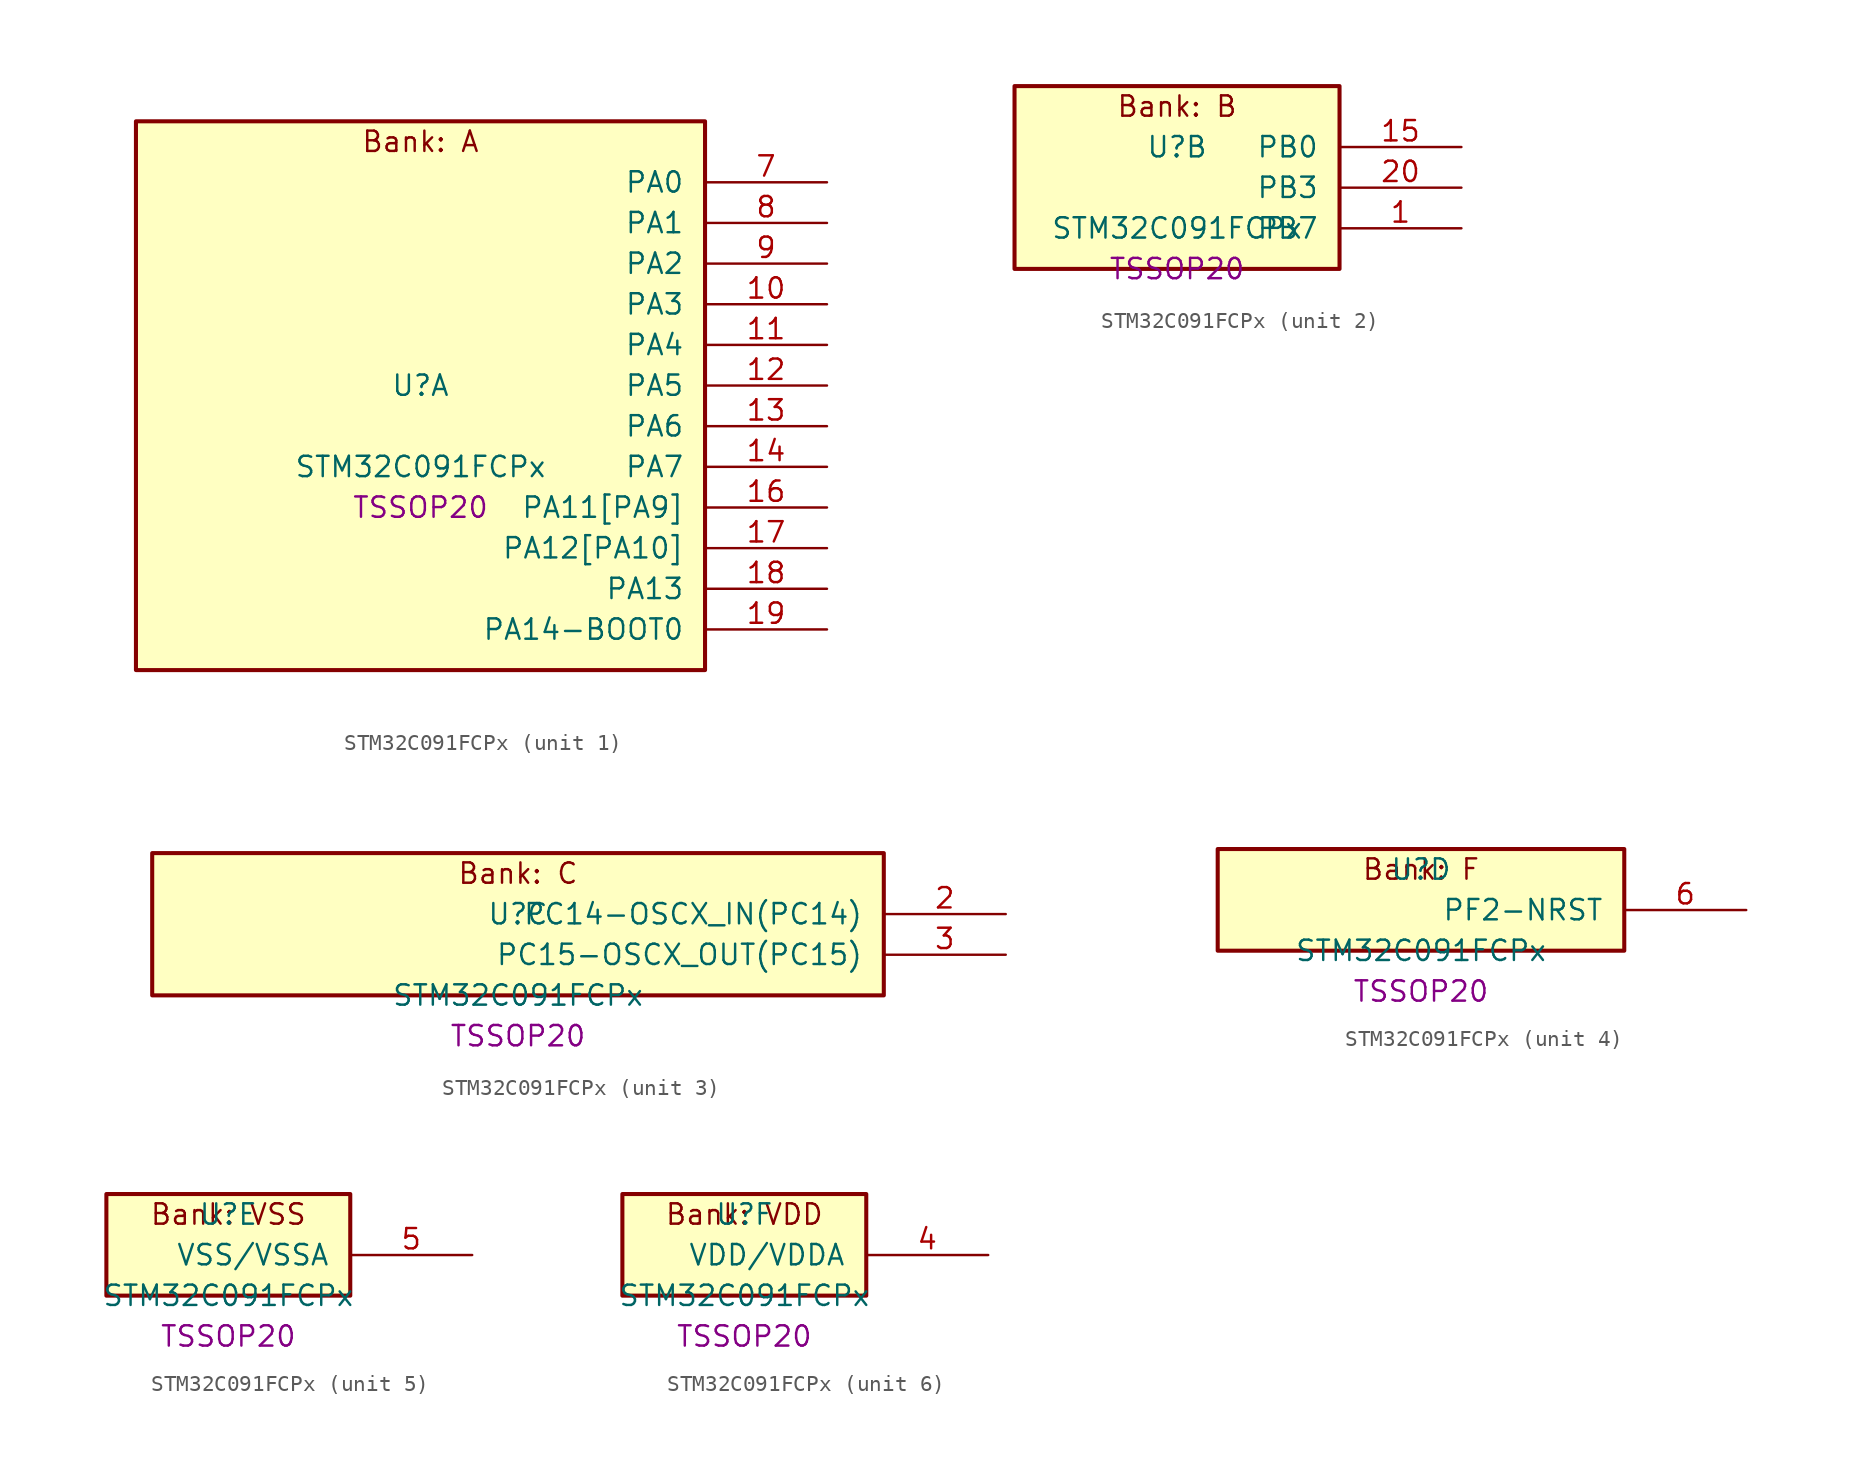
<source format=kicad_sym>
(kicad_symbol_lib
  (version 20241209)
  (generator "stm32_pkl_generator")
  (generator_version "1.0")
  (symbol "STM32C091FCPx"
    (pin_names
      (offset 1.27))
    (property "Reference" "U"
      (at 0 2.54 0))
    (property "Value" "STM32C091FCPx"
      (at 0 -2.54 0))
    (property "Footprint" "TSSOP20"
      (at 0 -5.08 0))
    (symbol "STM32C091FCPx_1_1"
      (rectangle (start -17.78 19.05) (end 17.78 -15.24) (stroke (width 0.254) (type solid)) (fill (type background)))
      (text "Bank: A" (at 0 17.78 0))
      (pin bidirectional line (at 25.4 15.24 180) (length 7.62) (name "PA0") (number "7") (alternate "PA0/ADC1_IN0" bidirectional line) (alternate "PA0/PWR_WKUP1" bidirectional line) (alternate "PA0/SPI2_SCK" bidirectional line) (alternate "PA0/TIM16_CH1" bidirectional line) (alternate "PA0/TIM1_CH1" bidirectional line) (alternate "PA0/TIM2_CH1" bidirectional line) (alternate "PA0/TIM2_ETR" bidirectional line) (alternate "PA0/USART1_TX" bidirectional line) (alternate "PA0/USART2_CTS" bidirectional line) (alternate "PA0/USART2_NSS" bidirectional line) (alternate "PA0/USART4_TX" bidirectional line))
      (pin bidirectional line (at 25.4 12.7 180) (length 7.62) (name "PA1") (number "8") (alternate "PA1/ADC1_IN1" bidirectional line) (alternate "PA1/I2C1_SMBA" bidirectional line) (alternate "PA1/I2S1_CK" bidirectional line) (alternate "PA1/SPI1_SCK" bidirectional line) (alternate "PA1/TIM15_CH1N" bidirectional line) (alternate "PA1/TIM17_CH1" bidirectional line) (alternate "PA1/TIM1_CH2" bidirectional line) (alternate "PA1/TIM2_CH2" bidirectional line) (alternate "PA1/USART1_RX" bidirectional line) (alternate "PA1/USART2_CK" bidirectional line) (alternate "PA1/USART2_DE" bidirectional line) (alternate "PA1/USART2_RTS" bidirectional line) (alternate "PA1/USART4_RX" bidirectional line))
      (pin bidirectional line (at 25.4 10.16 180) (length 7.62) (name "PA2") (number "9") (alternate "PA2/ADC1_IN2" bidirectional line) (alternate "PA2/I2S1_SD" bidirectional line) (alternate "PA2/PWR_WKUP4" bidirectional line) (alternate "PA2/RCC_LSCO" bidirectional line) (alternate "PA2/SPI1_MOSI" bidirectional line) (alternate "PA2/TIM15_CH1" bidirectional line) (alternate "PA2/TIM16_CH1N" bidirectional line) (alternate "PA2/TIM1_CH3" bidirectional line) (alternate "PA2/TIM2_CH3" bidirectional line) (alternate "PA2/TIM3_ETR" bidirectional line) (alternate "PA2/USART2_TX" bidirectional line))
      (pin bidirectional line (at 25.4 7.62 180) (length 7.62) (name "PA3") (number "10") (alternate "PA3/ADC1_IN3" bidirectional line) (alternate "PA3/SPI2_MISO" bidirectional line) (alternate "PA3/TIM15_CH2" bidirectional line) (alternate "PA3/TIM1_CH1N" bidirectional line) (alternate "PA3/TIM1_CH4" bidirectional line) (alternate "PA3/TIM2_CH4" bidirectional line) (alternate "PA3/USART2_RX" bidirectional line))
      (pin bidirectional line (at 25.4 5.08 180) (length 7.62) (name "PA4") (number "11") (alternate "PA4/ADC1_IN4" bidirectional line) (alternate "PA4/I2S1_WS" bidirectional line) (alternate "PA4/PWR_WKUP2" bidirectional line) (alternate "PA4/RTC_OUT1" bidirectional line) (alternate "PA4/RTC_TS" bidirectional line) (alternate "PA4/SPI1_NSS" bidirectional line) (alternate "PA4/SPI2_MOSI" bidirectional line) (alternate "PA4/TIM14_CH1" bidirectional line) (alternate "PA4/TIM17_CH1N" bidirectional line) (alternate "PA4/TIM1_CH2N" bidirectional line) (alternate "PA4/USART2_TX" bidirectional line))
      (pin bidirectional line (at 25.4 2.54 180) (length 7.62) (name "PA5") (number "12") (alternate "PA5/ADC1_IN5" bidirectional line) (alternate "PA5/I2S1_CK" bidirectional line) (alternate "PA5/SPI1_SCK" bidirectional line) (alternate "PA5/TIM1_CH1" bidirectional line) (alternate "PA5/TIM1_CH3N" bidirectional line) (alternate "PA5/TIM2_CH1" bidirectional line) (alternate "PA5/TIM2_ETR" bidirectional line) (alternate "PA5/USART2_RX" bidirectional line) (alternate "PA5/USART3_TX" bidirectional line))
      (pin bidirectional line (at 25.4 0 180) (length 7.62) (name "PA6") (number "13") (alternate "PA6/ADC1_IN6" bidirectional line) (alternate "PA6/I2C2_SDA" bidirectional line) (alternate "PA6/I2S1_MCK" bidirectional line) (alternate "PA6/SPI1_MISO" bidirectional line) (alternate "PA6/TIM16_CH1" bidirectional line) (alternate "PA6/TIM1_BKIN" bidirectional line) (alternate "PA6/TIM3_CH1" bidirectional line) (alternate "PA6/USART3_CTS" bidirectional line) (alternate "PA6/USART3_NSS" bidirectional line))
      (pin bidirectional line (at 25.4 -2.54 180) (length 7.62) (name "PA7") (number "14") (alternate "PA7/ADC1_IN7" bidirectional line) (alternate "PA7/I2C2_SCL" bidirectional line) (alternate "PA7/I2S1_SD" bidirectional line) (alternate "PA7/SPI1_MOSI" bidirectional line) (alternate "PA7/TIM14_CH1" bidirectional line) (alternate "PA7/TIM17_CH1" bidirectional line) (alternate "PA7/TIM1_CH1N" bidirectional line) (alternate "PA7/TIM3_CH2" bidirectional line))
      (pin bidirectional line (at 25.4 -5.08 180) (length 7.62) (name "PA11[PA9]") (number "16") (alternate "PA11[PA9]/ADC1_EXTI11" bidirectional line) (alternate "PA11[PA9]/I2C2_SCL" bidirectional line) (alternate "PA11[PA9]/I2S1_MCK" bidirectional line) (alternate "PA11[PA9]/SPI1_MISO" bidirectional line) (alternate "PA11[PA9]/TIM1_BKIN2" bidirectional line) (alternate "PA11[PA9]/TIM1_CH4" bidirectional line) (alternate "PA11[PA9]/USART1_CTS" bidirectional line) (alternate "PA11[PA9]/USART1_NSS" bidirectional line) (alternate "PA11[PA9]/PA9[PA11]" bidirectional line) (alternate "PA11[PA9]/I2C1_SCL" bidirectional line) (alternate "PA11[PA9]/RCC_MCO" bidirectional line) (alternate "PA11[PA9]/SPI2_MISO" bidirectional line) (alternate "PA11[PA9]/TIM15_BKIN" bidirectional line) (alternate "PA11[PA9]/TIM1_CH2" bidirectional line) (alternate "PA11[PA9]/TIM3_ETR" bidirectional line) (alternate "PA11[PA9]/USART1_TX" bidirectional line))
      (pin bidirectional line (at 25.4 -7.62 180) (length 7.62) (name "PA12[PA10]") (number "17") (alternate "PA12[PA10]/I2C2_SDA" bidirectional line) (alternate "PA12[PA10]/I2S1_SD" bidirectional line) (alternate "PA12[PA10]/I2S_CKIN" bidirectional line) (alternate "PA12[PA10]/SPI1_MOSI" bidirectional line) (alternate "PA12[PA10]/TIM1_ETR" bidirectional line) (alternate "PA12[PA10]/USART1_CK" bidirectional line) (alternate "PA12[PA10]/USART1_DE" bidirectional line) (alternate "PA12[PA10]/USART1_RTS" bidirectional line) (alternate "PA12[PA10]/PA10[PA12]" bidirectional line) (alternate "PA12[PA10]/I2C1_SDA" bidirectional line) (alternate "PA12[PA10]/RCC_MCO_2" bidirectional line) (alternate "PA12[PA10]/SPI2_MOSI" bidirectional line) (alternate "PA12[PA10]/TIM17_BKIN" bidirectional line) (alternate "PA12[PA10]/TIM1_CH3" bidirectional line) (alternate "PA12[PA10]/USART1_RX" bidirectional line))
      (pin bidirectional line (at 25.4 -10.16 180) (length 7.62) (name "PA13") (number "18") (alternate "PA13/ADC1_IN13" bidirectional line) (alternate "PA13/DEBUG_SWDIO" bidirectional line) (alternate "PA13/IR_OUT" bidirectional line) (alternate "PA13/TIM3_ETR" bidirectional line) (alternate "PA13/USART2_RX" bidirectional line))
      (pin bidirectional line (at 25.4 -12.7 180) (length 7.62) (name "PA14-BOOT0") (number "19") (alternate "PA14-BOOT0/ADC1_IN14" bidirectional line) (alternate "PA14-BOOT0/BOOT0" bidirectional line) (alternate "PA14-BOOT0/DEBUG_SWCLK" bidirectional line) (alternate "PA14-BOOT0/I2S1_WS" bidirectional line) (alternate "PA14-BOOT0/RCC_MCO_2" bidirectional line) (alternate "PA14-BOOT0/SPI1_NSS" bidirectional line) (alternate "PA14-BOOT0/TIM1_CH1" bidirectional line) (alternate "PA14-BOOT0/USART1_CK" bidirectional line) (alternate "PA14-BOOT0/USART1_DE" bidirectional line) (alternate "PA14-BOOT0/USART1_RTS" bidirectional line) (alternate "PA14-BOOT0/USART2_RX" bidirectional line) (alternate "PA14-BOOT0/USART2_TX" bidirectional line) (alternate "PA14-BOOT0/PA15" bidirectional line) (alternate "PA14-BOOT0/TIM2_CH1" bidirectional line) (alternate "PA14-BOOT0/TIM2_ETR" bidirectional line) (alternate "PA14-BOOT0/USART3_CK" bidirectional line) (alternate "PA14-BOOT0/USART3_DE" bidirectional line) (alternate "PA14-BOOT0/USART3_RTS" bidirectional line) (alternate "PA14-BOOT0/USART4_CK" bidirectional line) (alternate "PA14-BOOT0/USART4_DE" bidirectional line) (alternate "PA14-BOOT0/USART4_RTS" bidirectional line)))
    (symbol "STM32C091FCPx_2_1"
      (rectangle (start -10.16 6.35) (end 10.16 -5.08) (stroke (width 0.254) (type solid)) (fill (type background)))
      (text "Bank: B" (at 0 5.08 0))
      (pin bidirectional line (at 17.78 2.54 180) (length 7.62) (name "PB0") (number "15") (alternate "PB0/ADC1_IN17" bidirectional line) (alternate "PB0/I2S1_WS" bidirectional line) (alternate "PB0/SPI1_NSS" bidirectional line) (alternate "PB0/TIM1_CH2N" bidirectional line) (alternate "PB0/TIM3_CH3" bidirectional line) (alternate "PB0/USART3_RX" bidirectional line) (alternate "PB0/PB1" bidirectional line) (alternate "PB0/ADC1_IN18" bidirectional line) (alternate "PB0/TIM14_CH1" bidirectional line) (alternate "PB0/TIM1_CH3N" bidirectional line) (alternate "PB0/TIM3_CH4" bidirectional line) (alternate "PB0/USART3_CK" bidirectional line) (alternate "PB0/USART3_DE" bidirectional line) (alternate "PB0/USART3_RTS" bidirectional line) (alternate "PB0/PB2" bidirectional line) (alternate "PB0/ADC1_IN19" bidirectional line) (alternate "PB0/RCC_MCO_2" bidirectional line) (alternate "PB0/SPI2_MISO" bidirectional line) (alternate "PB0/USART1_RX" bidirectional line) (alternate "PB0/USART3_TX" bidirectional line) (alternate "PB0/PA8" bidirectional line) (alternate "PB0/ADC1_IN8" bidirectional line) (alternate "PB0/RCC_MCO" bidirectional line) (alternate "PB0/SPI2_NSS" bidirectional line) (alternate "PB0/TIM1_CH1" bidirectional line) (alternate "PB0/USART2_TX" bidirectional line))
      (pin bidirectional line (at 17.78 0 180) (length 7.62) (name "PB3") (number "20") (alternate "PB3/I2C2_SCL" bidirectional line) (alternate "PB3/I2S1_CK" bidirectional line) (alternate "PB3/SPI1_SCK" bidirectional line) (alternate "PB3/TIM1_CH2" bidirectional line) (alternate "PB3/TIM2_CH2" bidirectional line) (alternate "PB3/TIM3_CH2" bidirectional line) (alternate "PB3/USART1_CK" bidirectional line) (alternate "PB3/USART1_DE" bidirectional line) (alternate "PB3/USART1_RTS" bidirectional line) (alternate "PB3/PB4" bidirectional line) (alternate "PB3/I2C2_SDA" bidirectional line) (alternate "PB3/I2S1_MCK" bidirectional line) (alternate "PB3/SPI1_MISO" bidirectional line) (alternate "PB3/TIM17_BKIN" bidirectional line) (alternate "PB3/TIM3_CH1" bidirectional line) (alternate "PB3/USART1_CTS" bidirectional line) (alternate "PB3/USART1_NSS" bidirectional line) (alternate "PB3/PB5" bidirectional line) (alternate "PB3/I2C1_SMBA" bidirectional line) (alternate "PB3/I2S1_SD" bidirectional line) (alternate "PB3/PWR_WKUP6" bidirectional line) (alternate "PB3/SPI1_MOSI" bidirectional line) (alternate "PB3/TIM16_BKIN" bidirectional line) (alternate "PB3/TIM3_CH3" bidirectional line) (alternate "PB3/PB6" bidirectional line) (alternate "PB3/I2C1_SCL" bidirectional line) (alternate "PB3/PWR_WKUP3" bidirectional line) (alternate "PB3/SPI2_MISO" bidirectional line) (alternate "PB3/TIM16_CH1N" bidirectional line) (alternate "PB3/TIM1_CH3" bidirectional line) (alternate "PB3/USART1_TX" bidirectional line))
      (pin bidirectional line (at 17.78 -2.54 180) (length 7.62) (name "PB7") (number "1") (alternate "PB7/I2C1_SCL" bidirectional line) (alternate "PB7/I2C1_SDA" bidirectional line) (alternate "PB7/RTC_REFIN" bidirectional line) (alternate "PB7/SPI2_MOSI" bidirectional line) (alternate "PB7/TIM16_CH1" bidirectional line) (alternate "PB7/TIM17_CH1N" bidirectional line) (alternate "PB7/TIM1_CH4" bidirectional line) (alternate "PB7/TIM3_CH1" bidirectional line) (alternate "PB7/TIM3_CH4" bidirectional line) (alternate "PB7/USART1_RX" bidirectional line) (alternate "PB7/USART2_CTS" bidirectional line) (alternate "PB7/USART2_NSS" bidirectional line) (alternate "PB7/USART4_CTS" bidirectional line) (alternate "PB7/USART4_NSS" bidirectional line) (alternate "PB7/PB8" bidirectional line) (alternate "PB7/SPI2_SCK" bidirectional line) (alternate "PB7/TIM15_BKIN" bidirectional line) (alternate "PB7/USART3_TX" bidirectional line)))
    (symbol "STM32C091FCPx_3_1"
      (rectangle (start -22.86 6.35) (end 22.86 -2.54) (stroke (width 0.254) (type solid)) (fill (type background)))
      (text "Bank: C" (at 0 5.08 0))
      (pin bidirectional line (at 30.48 2.54 180) (length 7.62) (name "PC14-OSCX_IN(PC14)") (number "2") (alternate "PC14-OSCX_IN(PC14)/I2C1_SDA" bidirectional line) (alternate "PC14-OSCX_IN(PC14)/IR_OUT" bidirectional line) (alternate "PC14-OSCX_IN(PC14)/RCC_OSCX_IN" bidirectional line) (alternate "PC14-OSCX_IN(PC14)/SPI2_NSS" bidirectional line) (alternate "PC14-OSCX_IN(PC14)/TIM17_CH1" bidirectional line) (alternate "PC14-OSCX_IN(PC14)/TIM1_BKIN2" bidirectional line) (alternate "PC14-OSCX_IN(PC14)/TIM1_ETR" bidirectional line) (alternate "PC14-OSCX_IN(PC14)/TIM3_CH2" bidirectional line) (alternate "PC14-OSCX_IN(PC14)/USART1_TX" bidirectional line) (alternate "PC14-OSCX_IN(PC14)/USART2_CK" bidirectional line) (alternate "PC14-OSCX_IN(PC14)/USART2_DE" bidirectional line) (alternate "PC14-OSCX_IN(PC14)/USART2_RTS" bidirectional line) (alternate "PC14-OSCX_IN(PC14)/USART3_TX" bidirectional line))
      (pin bidirectional line (at 30.48 0 180) (length 7.62) (name "PC15-OSCX_OUT(PC15)") (number "3") (alternate "PC15-OSCX_OUT(PC15)/RCC_OSC32_EN" bidirectional line) (alternate "PC15-OSCX_OUT(PC15)/RCC_OSCX_OUT" bidirectional line) (alternate "PC15-OSCX_OUT(PC15)/RCC_OSC_EN" bidirectional line) (alternate "PC15-OSCX_OUT(PC15)/TIM15_BKIN" bidirectional line) (alternate "PC15-OSCX_OUT(PC15)/TIM1_ETR" bidirectional line) (alternate "PC15-OSCX_OUT(PC15)/TIM3_CH3" bidirectional line)))
    (symbol "STM32C091FCPx_4_1"
      (rectangle (start -12.7 3.81) (end 12.7 -2.54) (stroke (width 0.254) (type solid)) (fill (type background)))
      (text "Bank: F" (at 0 2.54 0))
      (pin bidirectional line (at 20.32 0 180) (length 7.62) (name "PF2-NRST") (number "6") (alternate "PF2-NRST/RCC_MCO" bidirectional line) (alternate "PF2-NRST/TIM1_CH4" bidirectional line)))
    (symbol "STM32C091FCPx_5_1"
      (rectangle (start -7.62 3.81) (end 7.62 -2.54) (stroke (width 0.254) (type solid)) (fill (type background)))
      (text "Bank: VSS" (at 0 2.54 0))
      (pin power_in line (at 15.24 0 180) (length 7.62) (name "VSS/VSSA") (number "5")))
    (symbol "STM32C091FCPx_6_1"
      (rectangle (start -7.62 3.81) (end 7.62 -2.54) (stroke (width 0.254) (type solid)) (fill (type background)))
      (text "Bank: VDD" (at 0 2.54 0))
      (pin power_in line (at 15.24 0 180) (length 7.62) (name "VDD/VDDA") (number "4")))))
</source>
